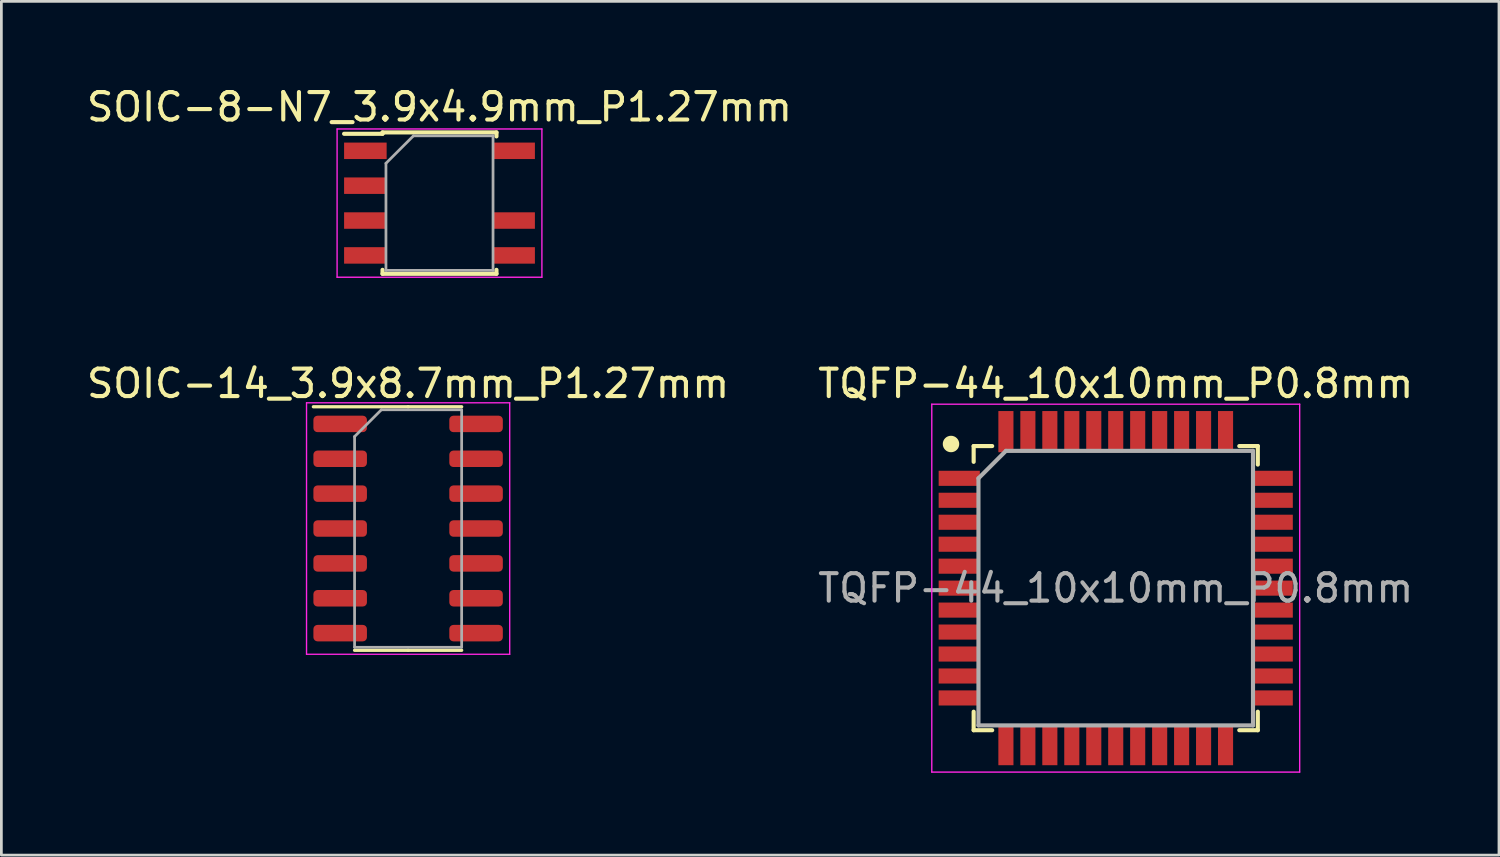
<source format=kicad_pcb>
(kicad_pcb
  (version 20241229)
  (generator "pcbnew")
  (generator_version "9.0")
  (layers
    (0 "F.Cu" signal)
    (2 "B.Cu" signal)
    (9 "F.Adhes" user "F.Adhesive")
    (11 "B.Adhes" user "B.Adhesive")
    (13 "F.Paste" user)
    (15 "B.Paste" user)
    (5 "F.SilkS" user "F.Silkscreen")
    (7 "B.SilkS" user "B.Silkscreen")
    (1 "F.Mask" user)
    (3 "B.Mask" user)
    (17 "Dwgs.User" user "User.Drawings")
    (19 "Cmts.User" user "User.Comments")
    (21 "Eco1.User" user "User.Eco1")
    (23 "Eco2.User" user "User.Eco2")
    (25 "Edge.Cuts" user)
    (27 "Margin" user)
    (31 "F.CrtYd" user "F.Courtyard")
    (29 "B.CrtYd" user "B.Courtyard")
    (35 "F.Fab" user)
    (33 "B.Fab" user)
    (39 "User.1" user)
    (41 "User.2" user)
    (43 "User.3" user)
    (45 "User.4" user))
  (footprint "TQFP-44_10x10mm_P0.8mm"
    (layer "F.Cu")
    (at 37.589 18.372)
    (property "Reference" "TQFP-44_10x10mm_P0.8mm" (at 0 -7.45 0) (layer "F.SilkS") (effects (font (size 1 1) (thickness 0.15))))
    (attr smd)
    (fp_line (start -5.175 -5.175) (end -5.175 -4.6) (stroke (width 0.15) (type solid)) (layer "F.SilkS"))
    (fp_line (start -5.175 -5.175) (end -4.5 -5.175) (stroke (width 0.15) (type solid)) (layer "F.SilkS"))
    (fp_line (start -5.175 5.175) (end -5.175 4.5) (stroke (width 0.15) (type solid)) (layer "F.SilkS"))
    (fp_line (start -5.175 5.175) (end -4.5 5.175) (stroke (width 0.15) (type solid)) (layer "F.SilkS"))
    (fp_line (start 5.175 -5.175) (end 4.5 -5.175) (stroke (width 0.15) (type solid)) (layer "F.SilkS"))
    (fp_line (start 5.175 -5.175) (end 5.175 -4.5) (stroke (width 0.15) (type solid)) (layer "F.SilkS"))
    (fp_line (start 5.175 5.175) (end 4.5 5.175) (stroke (width 0.15) (type solid)) (layer "F.SilkS"))
    (fp_line (start 5.175 5.175) (end 5.175 4.5) (stroke (width 0.15) (type solid)) (layer "F.SilkS"))
    (fp_circle (center -6 -5.25) (end -5.75 -5.25) (stroke (width 0.1) (type solid)) (fill yes) (layer "F.SilkS"))
    (fp_line (start -6.7 -6.7) (end -6.7 6.7) (stroke (width 0.05) (type solid)) (layer "F.CrtYd"))
    (fp_line (start -6.7 -6.7) (end 6.7 -6.7) (stroke (width 0.05) (type solid)) (layer "F.CrtYd"))
    (fp_line (start -6.7 6.7) (end 6.7 6.7) (stroke (width 0.05) (type solid)) (layer "F.CrtYd"))
    (fp_line (start 6.7 -6.7) (end 6.7 6.7) (stroke (width 0.05) (type solid)) (layer "F.CrtYd"))
    (fp_line (start -5 -4) (end -4 -5) (stroke (width 0.15) (type solid)) (layer "F.Fab"))
    (fp_line (start -5 5) (end -5 -4) (stroke (width 0.15) (type solid)) (layer "F.Fab"))
    (fp_line (start -4 -5) (end 5 -5) (stroke (width 0.15) (type solid)) (layer "F.Fab"))
    (fp_line (start 5 -5) (end 5 5) (stroke (width 0.15) (type solid)) (layer "F.Fab"))
    (fp_line (start 5 5) (end -5 5) (stroke (width 0.15) (type solid)) (layer "F.Fab"))
    (fp_text user "${REFERENCE}" (at 0 0 0) (layer "F.Fab") (effects (font (size 1 1) (thickness 0.15))))
    (pad "1" smd rect (at -5.7 -4) (size 1.5 0.55) (layers "F.Cu" "F.Mask" "F.Paste"))
    (pad "2" smd rect (at -5.7 -3.2) (size 1.5 0.55) (layers "F.Cu" "F.Mask" "F.Paste"))
    (pad "3" smd rect (at -5.7 -2.4) (size 1.5 0.55) (layers "F.Cu" "F.Mask" "F.Paste"))
    (pad "4" smd rect (at -5.7 -1.6) (size 1.5 0.55) (layers "F.Cu" "F.Mask" "F.Paste"))
    (pad "5" smd rect (at -5.7 -0.8) (size 1.5 0.55) (layers "F.Cu" "F.Mask" "F.Paste"))
    (pad "6" smd rect (at -5.7 0) (size 1.5 0.55) (layers "F.Cu" "F.Mask" "F.Paste"))
    (pad "7" smd rect (at -5.7 0.8) (size 1.5 0.55) (layers "F.Cu" "F.Mask" "F.Paste"))
    (pad "8" smd rect (at -5.7 1.6) (size 1.5 0.55) (layers "F.Cu" "F.Mask" "F.Paste"))
    (pad "9" smd rect (at -5.7 2.4) (size 1.5 0.55) (layers "F.Cu" "F.Mask" "F.Paste"))
    (pad "10" smd rect (at -5.7 3.2) (size 1.5 0.55) (layers "F.Cu" "F.Mask" "F.Paste"))
    (pad "11" smd rect (at -5.7 4) (size 1.5 0.55) (layers "F.Cu" "F.Mask" "F.Paste"))
    (pad "12" smd rect (at -4 5.7 90) (size 1.5 0.55) (layers "F.Cu" "F.Mask" "F.Paste"))
    (pad "13" smd rect (at -3.2 5.7 90) (size 1.5 0.55) (layers "F.Cu" "F.Mask" "F.Paste"))
    (pad "14" smd rect (at -2.4 5.7 90) (size 1.5 0.55) (layers "F.Cu" "F.Mask" "F.Paste"))
    (pad "15" smd rect (at -1.6 5.7 90) (size 1.5 0.55) (layers "F.Cu" "F.Mask" "F.Paste"))
    (pad "16" smd rect (at -0.8 5.7 90) (size 1.5 0.55) (layers "F.Cu" "F.Mask" "F.Paste"))
    (pad "17" smd rect (at 0 5.7 90) (size 1.5 0.55) (layers "F.Cu" "F.Mask" "F.Paste"))
    (pad "18" smd rect (at 0.8 5.7 90) (size 1.5 0.55) (layers "F.Cu" "F.Mask" "F.Paste"))
    (pad "19" smd rect (at 1.6 5.7 90) (size 1.5 0.55) (layers "F.Cu" "F.Mask" "F.Paste"))
    (pad "20" smd rect (at 2.4 5.7 90) (size 1.5 0.55) (layers "F.Cu" "F.Mask" "F.Paste"))
    (pad "21" smd rect (at 3.2 5.7 90) (size 1.5 0.55) (layers "F.Cu" "F.Mask" "F.Paste"))
    (pad "22" smd rect (at 4 5.7 90) (size 1.5 0.55) (layers "F.Cu" "F.Mask" "F.Paste"))
    (pad "23" smd rect (at 5.7 4) (size 1.5 0.55) (layers "F.Cu" "F.Mask" "F.Paste"))
    (pad "24" smd rect (at 5.7 3.2) (size 1.5 0.55) (layers "F.Cu" "F.Mask" "F.Paste"))
    (pad "25" smd rect (at 5.7 2.4) (size 1.5 0.55) (layers "F.Cu" "F.Mask" "F.Paste"))
    (pad "26" smd rect (at 5.7 1.6) (size 1.5 0.55) (layers "F.Cu" "F.Mask" "F.Paste"))
    (pad "27" smd rect (at 5.7 0.8) (size 1.5 0.55) (layers "F.Cu" "F.Mask" "F.Paste"))
    (pad "28" smd rect (at 5.7 0) (size 1.5 0.55) (layers "F.Cu" "F.Mask" "F.Paste"))
    (pad "29" smd rect (at 5.7 -0.8) (size 1.5 0.55) (layers "F.Cu" "F.Mask" "F.Paste"))
    (pad "30" smd rect (at 5.7 -1.6) (size 1.5 0.55) (layers "F.Cu" "F.Mask" "F.Paste"))
    (pad "31" smd rect (at 5.7 -2.4) (size 1.5 0.55) (layers "F.Cu" "F.Mask" "F.Paste"))
    (pad "32" smd rect (at 5.7 -3.2) (size 1.5 0.55) (layers "F.Cu" "F.Mask" "F.Paste"))
    (pad "33" smd rect (at 5.7 -4) (size 1.5 0.55) (layers "F.Cu" "F.Mask" "F.Paste"))
    (pad "34" smd rect (at 4 -5.7 90) (size 1.5 0.55) (layers "F.Cu" "F.Mask" "F.Paste"))
    (pad "35" smd rect (at 3.2 -5.7 90) (size 1.5 0.55) (layers "F.Cu" "F.Mask" "F.Paste"))
    (pad "36" smd rect (at 2.4 -5.7 90) (size 1.5 0.55) (layers "F.Cu" "F.Mask" "F.Paste"))
    (pad "37" smd rect (at 1.6 -5.7 90) (size 1.5 0.55) (layers "F.Cu" "F.Mask" "F.Paste"))
    (pad "38" smd rect (at 0.8 -5.7 90) (size 1.5 0.55) (layers "F.Cu" "F.Mask" "F.Paste"))
    (pad "39" smd rect (at 0 -5.7 90) (size 1.5 0.55) (layers "F.Cu" "F.Mask" "F.Paste"))
    (pad "40" smd rect (at -0.8 -5.7 90) (size 1.5 0.55) (layers "F.Cu" "F.Mask" "F.Paste"))
    (pad "41" smd rect (at -1.6 -5.7 90) (size 1.5 0.55) (layers "F.Cu" "F.Mask" "F.Paste"))
    (pad "42" smd rect (at -2.4 -5.7 90) (size 1.5 0.55) (layers "F.Cu" "F.Mask" "F.Paste"))
    (pad "43" smd rect (at -3.2 -5.7 90) (size 1.5 0.55) (layers "F.Cu" "F.Mask" "F.Paste"))
    (pad "44" smd rect (at -4 -5.7 90) (size 1.5 0.55) (layers "F.Cu" "F.Mask" "F.Paste")))
  (footprint "SOIC-14_3.9x8.7mm_P1.27mm"
    (layer "F.Cu")
    (at 11.815 16.201)
    (property "Reference" "SOIC-14_3.9x8.7mm_P1.27mm" (at 0 -5.28 0) (layer "F.SilkS") (effects (font (size 1 1) (thickness 0.15))))
    (attr smd)
    (fp_line (start 0 -4.435) (end -3.45 -4.435) (stroke (width 0.12) (type solid)) (layer "F.SilkS"))
    (fp_line (start 0 -4.435) (end 1.95 -4.435) (stroke (width 0.12) (type solid)) (layer "F.SilkS"))
    (fp_line (start 0 4.435) (end -1.95 4.435) (stroke (width 0.12) (type solid)) (layer "F.SilkS"))
    (fp_line (start 0 4.435) (end 1.95 4.435) (stroke (width 0.12) (type solid)) (layer "F.SilkS"))
    (fp_line (start -3.7 -4.58) (end -3.7 4.58) (stroke (width 0.05) (type solid)) (layer "F.CrtYd"))
    (fp_line (start -3.7 4.58) (end 3.7 4.58) (stroke (width 0.05) (type solid)) (layer "F.CrtYd"))
    (fp_line (start 3.7 -4.58) (end -3.7 -4.58) (stroke (width 0.05) (type solid)) (layer "F.CrtYd"))
    (fp_line (start 3.7 4.58) (end 3.7 -4.58) (stroke (width 0.05) (type solid)) (layer "F.CrtYd"))
    (fp_line (start -1.95 -3.35) (end -0.975 -4.325) (stroke (width 0.1) (type solid)) (layer "F.Fab"))
    (fp_line (start -1.95 4.325) (end -1.95 -3.35) (stroke (width 0.1) (type solid)) (layer "F.Fab"))
    (fp_line (start -0.975 -4.325) (end 1.95 -4.325) (stroke (width 0.1) (type solid)) (layer "F.Fab"))
    (fp_line (start 1.95 -4.325) (end 1.95 4.325) (stroke (width 0.1) (type solid)) (layer "F.Fab"))
    (fp_line (start 1.95 4.325) (end -1.95 4.325) (stroke (width 0.1) (type solid)) (layer "F.Fab"))
    (pad "1" smd roundrect (at -2.475 -3.81) (size 1.95 0.6) (layers "F.Cu" "F.Mask" "F.Paste") (roundrect_rratio 0.25))
    (pad "2" smd roundrect (at -2.475 -2.54) (size 1.95 0.6) (layers "F.Cu" "F.Mask" "F.Paste") (roundrect_rratio 0.25))
    (pad "3" smd roundrect (at -2.475 -1.27) (size 1.95 0.6) (layers "F.Cu" "F.Mask" "F.Paste") (roundrect_rratio 0.25))
    (pad "4" smd roundrect (at -2.475 0) (size 1.95 0.6) (layers "F.Cu" "F.Mask" "F.Paste") (roundrect_rratio 0.25))
    (pad "5" smd roundrect (at -2.475 1.27) (size 1.95 0.6) (layers "F.Cu" "F.Mask" "F.Paste") (roundrect_rratio 0.25))
    (pad "6" smd roundrect (at -2.475 2.54) (size 1.95 0.6) (layers "F.Cu" "F.Mask" "F.Paste") (roundrect_rratio 0.25))
    (pad "7" smd roundrect (at -2.475 3.81) (size 1.95 0.6) (layers "F.Cu" "F.Mask" "F.Paste") (roundrect_rratio 0.25))
    (pad "8" smd roundrect (at 2.475 3.81) (size 1.95 0.6) (layers "F.Cu" "F.Mask" "F.Paste") (roundrect_rratio 0.25))
    (pad "9" smd roundrect (at 2.475 2.54) (size 1.95 0.6) (layers "F.Cu" "F.Mask" "F.Paste") (roundrect_rratio 0.25))
    (pad "10" smd roundrect (at 2.475 1.27) (size 1.95 0.6) (layers "F.Cu" "F.Mask" "F.Paste") (roundrect_rratio 0.25))
    (pad "11" smd roundrect (at 2.475 0) (size 1.95 0.6) (layers "F.Cu" "F.Mask" "F.Paste") (roundrect_rratio 0.25))
    (pad "12" smd roundrect (at 2.475 -1.27) (size 1.95 0.6) (layers "F.Cu" "F.Mask" "F.Paste") (roundrect_rratio 0.25))
    (pad "13" smd roundrect (at 2.475 -2.54) (size 1.95 0.6) (layers "F.Cu" "F.Mask" "F.Paste") (roundrect_rratio 0.25))
    (pad "14" smd roundrect (at 2.475 -3.81) (size 1.95 0.6) (layers "F.Cu" "F.Mask" "F.Paste") (roundrect_rratio 0.25)))
  (footprint "SOIC-8-N7_3.9x4.9mm_P1.27mm"
    (layer "F.Cu")
    (at 12.958 4.348)
    (property "Reference" "SOIC-8-N7_3.9x4.9mm_P1.27mm" (at 0 -3.5 0) (layer "F.SilkS") (effects (font (size 1 1) (thickness 0.15))))
    (attr smd)
    (fp_line (start -2.075 -2.575) (end -2.075 -2.525) (stroke (width 0.15) (type solid)) (layer "F.SilkS"))
    (fp_line (start -2.075 -2.575) (end 2.075 -2.575) (stroke (width 0.15) (type solid)) (layer "F.SilkS"))
    (fp_line (start -2.075 -2.525) (end -3.475 -2.525) (stroke (width 0.15) (type solid)) (layer "F.SilkS"))
    (fp_line (start -2.075 2.575) (end -2.075 2.43) (stroke (width 0.15) (type solid)) (layer "F.SilkS"))
    (fp_line (start -2.075 2.575) (end 2.075 2.575) (stroke (width 0.15) (type solid)) (layer "F.SilkS"))
    (fp_line (start 2.075 -2.575) (end 2.075 -2.43) (stroke (width 0.15) (type solid)) (layer "F.SilkS"))
    (fp_line (start 2.075 2.575) (end 2.075 2.43) (stroke (width 0.15) (type solid)) (layer "F.SilkS"))
    (fp_line (start -3.73 -2.7) (end -3.73 2.7) (stroke (width 0.05) (type solid)) (layer "F.CrtYd"))
    (fp_line (start -3.73 -2.7) (end 3.73 -2.7) (stroke (width 0.05) (type solid)) (layer "F.CrtYd"))
    (fp_line (start -3.73 2.7) (end 3.73 2.7) (stroke (width 0.05) (type solid)) (layer "F.CrtYd"))
    (fp_line (start 3.73 -2.7) (end 3.73 2.7) (stroke (width 0.05) (type solid)) (layer "F.CrtYd"))
    (fp_line (start -1.95 -1.45) (end -0.95 -2.45) (stroke (width 0.1) (type solid)) (layer "F.Fab"))
    (fp_line (start -1.95 2.45) (end -1.95 -1.45) (stroke (width 0.1) (type solid)) (layer "F.Fab"))
    (fp_line (start -0.95 -2.45) (end 1.95 -2.45) (stroke (width 0.1) (type solid)) (layer "F.Fab"))
    (fp_line (start 1.95 -2.45) (end 1.95 2.45) (stroke (width 0.1) (type solid)) (layer "F.Fab"))
    (fp_line (start 1.95 2.45) (end -1.95 2.45) (stroke (width 0.1) (type solid)) (layer "F.Fab"))
    (pad "1" smd rect (at -2.7 -1.905) (size 1.55 0.6) (layers "F.Cu" "F.Mask" "F.Paste"))
    (pad "2" smd rect (at -2.7 -0.635) (size 1.55 0.6) (layers "F.Cu" "F.Mask" "F.Paste"))
    (pad "3" smd rect (at -2.7 0.635) (size 1.55 0.6) (layers "F.Cu" "F.Mask" "F.Paste"))
    (pad "4" smd rect (at -2.7 1.905) (size 1.55 0.6) (layers "F.Cu" "F.Mask" "F.Paste"))
    (pad "5" smd rect (at 2.7 1.905) (size 1.55 0.6) (layers "F.Cu" "F.Mask" "F.Paste"))
    (pad "6" smd rect (at 2.7 0.635) (size 1.55 0.6) (layers "F.Cu" "F.Mask" "F.Paste"))
    (pad "8" smd rect (at 2.7 -1.905) (size 1.55 0.6) (layers "F.Cu" "F.Mask" "F.Paste")))
  (gr_rect
    (start -3 -3)
    (end 51.548 28.096)
    (stroke (width 0.1) (type default))
    (fill no)
    (layer "Edge.Cuts")))
</source>
